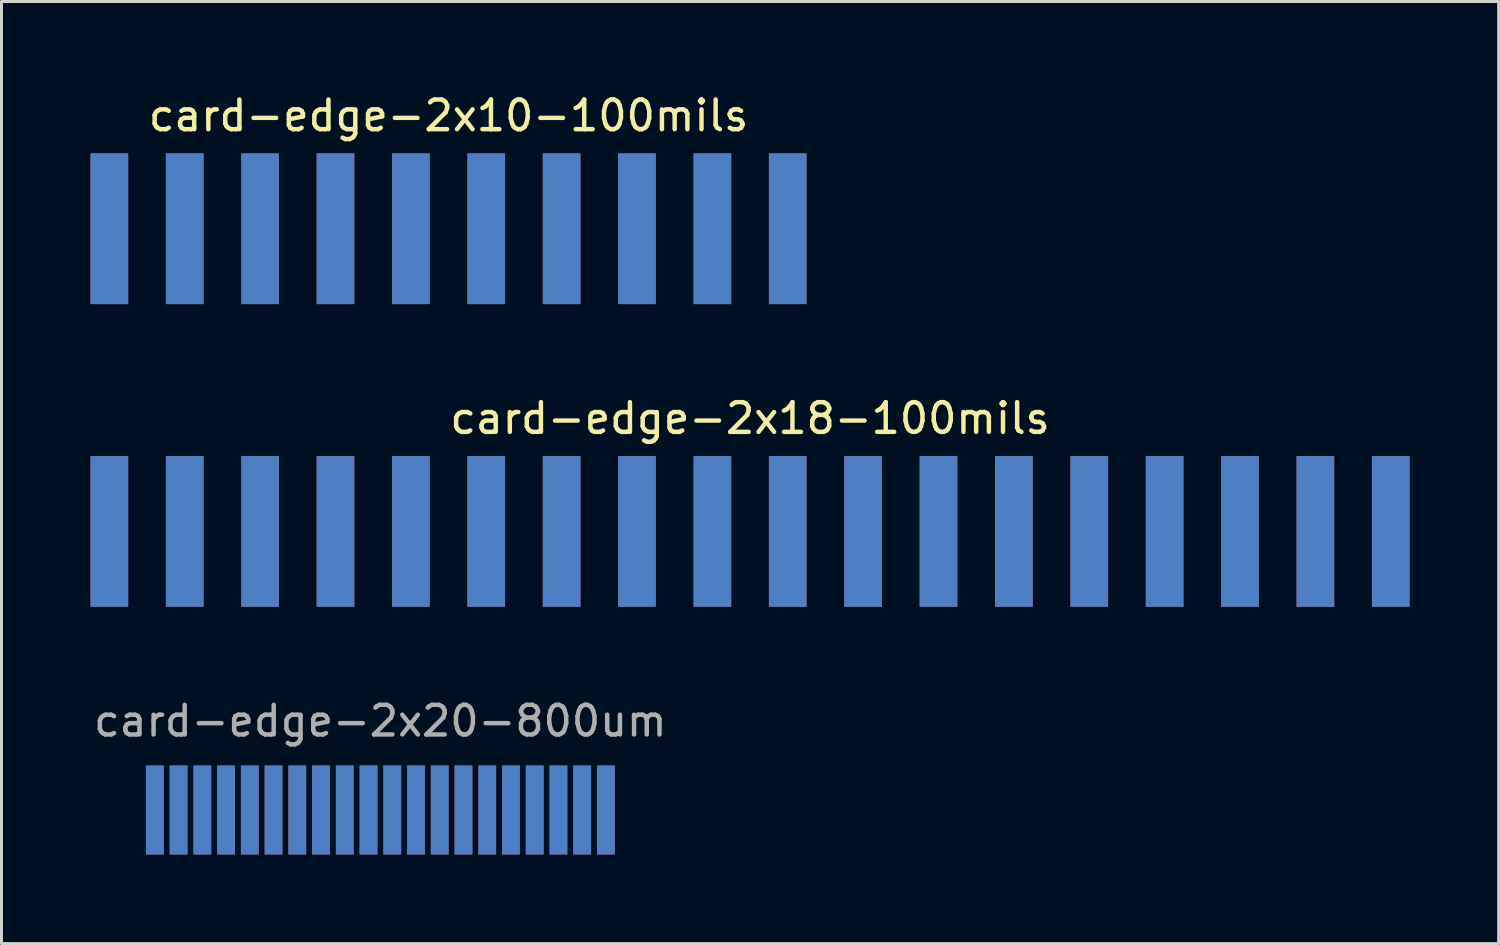
<source format=kicad_pcb>
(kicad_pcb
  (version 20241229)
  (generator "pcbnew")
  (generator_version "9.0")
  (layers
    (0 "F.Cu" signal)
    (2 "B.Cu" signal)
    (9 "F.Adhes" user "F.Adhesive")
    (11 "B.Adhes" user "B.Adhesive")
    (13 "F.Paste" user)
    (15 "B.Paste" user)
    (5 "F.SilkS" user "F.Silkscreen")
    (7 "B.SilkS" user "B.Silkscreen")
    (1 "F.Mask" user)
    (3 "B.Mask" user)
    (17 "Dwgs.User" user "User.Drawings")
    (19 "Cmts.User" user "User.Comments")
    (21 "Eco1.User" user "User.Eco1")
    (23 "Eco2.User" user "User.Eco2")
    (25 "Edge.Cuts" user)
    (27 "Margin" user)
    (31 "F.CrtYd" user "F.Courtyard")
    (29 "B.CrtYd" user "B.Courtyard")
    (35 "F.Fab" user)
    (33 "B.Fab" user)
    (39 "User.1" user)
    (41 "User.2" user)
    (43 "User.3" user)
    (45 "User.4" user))
  (footprint "card-edge-2x10-100mils"
    (layer "F.Cu")
    (at 12.065 4.658)
    (property "Reference" "card-edge-2x10-100mils" (at 0 -3.81 0) (layer "F.SilkS") (effects (font (size 1 1) (thickness 0.15))))
    (attr through_hole)
    (pad "1" smd rect (at -11.43 0) (size 1.27 5.08) (layers "F.Cu" "F.Mask" "F.Paste"))
    (pad "2" smd rect (at -11.43 0) (size 1.27 5.08) (layers "B.Cu" "B.Mask" "B.Paste"))
    (pad "3" smd rect (at -8.89 0) (size 1.27 5.08) (layers "F.Cu" "F.Mask" "F.Paste"))
    (pad "4" smd rect (at -8.89 0) (size 1.27 5.08) (layers "B.Cu" "B.Mask" "B.Paste"))
    (pad "5" smd rect (at -6.35 0) (size 1.27 5.08) (layers "F.Cu" "F.Mask" "F.Paste"))
    (pad "6" smd rect (at -6.35 0) (size 1.27 5.08) (layers "B.Cu" "B.Mask" "B.Paste"))
    (pad "7" smd rect (at -3.81 0) (size 1.27 5.08) (layers "F.Cu" "F.Mask" "F.Paste"))
    (pad "8" smd rect (at -3.81 0) (size 1.27 5.08) (layers "B.Cu" "B.Mask" "B.Paste"))
    (pad "9" smd rect (at -1.27 0) (size 1.27 5.08) (layers "F.Cu" "F.Mask" "F.Paste"))
    (pad "10" smd rect (at -1.27 0) (size 1.27 5.08) (layers "B.Cu" "B.Mask" "B.Paste"))
    (pad "11" smd rect (at 1.27 0) (size 1.27 5.08) (layers "F.Cu" "F.Mask" "F.Paste"))
    (pad "12" smd rect (at 1.27 0) (size 1.27 5.08) (layers "B.Cu" "B.Mask" "B.Paste"))
    (pad "13" smd rect (at 3.81 0) (size 1.27 5.08) (layers "F.Cu" "F.Mask" "F.Paste"))
    (pad "14" smd rect (at 3.81 0) (size 1.27 5.08) (layers "B.Cu" "B.Mask" "B.Paste"))
    (pad "15" smd rect (at 6.35 0) (size 1.27 5.08) (layers "F.Cu" "F.Mask" "F.Paste"))
    (pad "16" smd rect (at 6.35 0) (size 1.27 5.08) (layers "B.Cu" "B.Mask" "B.Paste"))
    (pad "17" smd rect (at 8.89 0) (size 1.27 5.08) (layers "F.Cu" "F.Mask" "F.Paste"))
    (pad "18" smd rect (at 8.89 0) (size 1.27 5.08) (layers "B.Cu" "B.Mask" "B.Paste"))
    (pad "19" smd rect (at 11.43 0) (size 1.27 5.08) (layers "F.Cu" "F.Mask" "F.Paste"))
    (pad "20" smd rect (at 11.43 0) (size 1.27 5.08) (layers "B.Cu" "B.Mask" "B.Paste")))
  (footprint "card-edge-2x18-100mils"
    (layer "F.Cu")
    (at 22.225 14.857)
    (property "Reference" "card-edge-2x18-100mils" (at 0 -3.81 0) (layer "F.SilkS") (effects (font (size 1 1) (thickness 0.15))))
    (attr through_hole)
    (pad "1" smd rect (at -21.59 0) (size 1.27 5.08) (layers "F.Cu" "F.Mask" "F.Paste"))
    (pad "2" smd rect (at -21.59 0) (size 1.27 5.08) (layers "B.Cu" "B.Mask" "B.Paste"))
    (pad "3" smd rect (at -19.05 0) (size 1.27 5.08) (layers "F.Cu" "F.Mask" "F.Paste"))
    (pad "4" smd rect (at -19.05 0) (size 1.27 5.08) (layers "B.Cu" "B.Mask" "B.Paste"))
    (pad "5" smd rect (at -16.51 0) (size 1.27 5.08) (layers "F.Cu" "F.Mask" "F.Paste"))
    (pad "6" smd rect (at -16.51 0) (size 1.27 5.08) (layers "B.Cu" "B.Mask" "B.Paste"))
    (pad "7" smd rect (at -13.97 0) (size 1.27 5.08) (layers "F.Cu" "F.Mask" "F.Paste"))
    (pad "8" smd rect (at -13.97 0) (size 1.27 5.08) (layers "B.Cu" "B.Mask" "B.Paste"))
    (pad "9" smd rect (at -11.43 0) (size 1.27 5.08) (layers "F.Cu" "F.Mask" "F.Paste"))
    (pad "10" smd rect (at -11.43 0) (size 1.27 5.08) (layers "B.Cu" "B.Mask" "B.Paste"))
    (pad "11" smd rect (at -8.89 0) (size 1.27 5.08) (layers "F.Cu" "F.Mask" "F.Paste"))
    (pad "12" smd rect (at -8.89 0) (size 1.27 5.08) (layers "B.Cu" "B.Mask" "B.Paste"))
    (pad "13" smd rect (at -6.35 0) (size 1.27 5.08) (layers "F.Cu" "F.Mask" "F.Paste"))
    (pad "14" smd rect (at -6.35 0) (size 1.27 5.08) (layers "B.Cu" "B.Mask" "B.Paste"))
    (pad "15" smd rect (at -3.81 0) (size 1.27 5.08) (layers "F.Cu" "F.Mask" "F.Paste"))
    (pad "16" smd rect (at -3.81 0) (size 1.27 5.08) (layers "B.Cu" "B.Mask" "B.Paste"))
    (pad "17" smd rect (at -1.27 0) (size 1.27 5.08) (layers "F.Cu" "F.Mask" "F.Paste"))
    (pad "18" smd rect (at -1.27 0) (size 1.27 5.08) (layers "B.Cu" "B.Mask" "B.Paste"))
    (pad "19" smd rect (at 1.27 0) (size 1.27 5.08) (layers "F.Cu" "F.Mask" "F.Paste"))
    (pad "20" smd rect (at 1.27 0) (size 1.27 5.08) (layers "B.Cu" "B.Mask" "B.Paste"))
    (pad "21" smd rect (at 3.81 0) (size 1.27 5.08) (layers "F.Cu" "F.Mask" "F.Paste"))
    (pad "22" smd rect (at 3.81 0) (size 1.27 5.08) (layers "B.Cu" "B.Mask" "B.Paste"))
    (pad "23" smd rect (at 6.35 0) (size 1.27 5.08) (layers "F.Cu" "F.Mask" "F.Paste"))
    (pad "24" smd rect (at 6.35 0) (size 1.27 5.08) (layers "B.Cu" "B.Mask" "B.Paste"))
    (pad "25" smd rect (at 8.89 0) (size 1.27 5.08) (layers "F.Cu" "F.Mask" "F.Paste"))
    (pad "26" smd rect (at 8.89 0) (size 1.27 5.08) (layers "B.Cu" "B.Mask" "B.Paste"))
    (pad "27" smd rect (at 11.43 0) (size 1.27 5.08) (layers "F.Cu" "F.Mask" "F.Paste"))
    (pad "28" smd rect (at 11.43 0) (size 1.27 5.08) (layers "B.Cu" "B.Mask" "B.Paste"))
    (pad "29" smd rect (at 13.97 0) (size 1.27 5.08) (layers "F.Cu" "F.Mask" "F.Paste"))
    (pad "30" smd rect (at 13.97 0) (size 1.27 5.08) (layers "B.Cu" "B.Mask" "B.Paste"))
    (pad "31" smd rect (at 16.51 0) (size 1.27 5.08) (layers "F.Cu" "F.Mask" "F.Paste"))
    (pad "32" smd rect (at 16.51 0) (size 1.27 5.08) (layers "B.Cu" "B.Mask" "B.Paste"))
    (pad "33" smd rect (at 19.05 0) (size 1.27 5.08) (layers "F.Cu" "F.Mask" "F.Paste"))
    (pad "34" smd rect (at 19.05 0) (size 1.27 5.08) (layers "B.Cu" "B.Mask" "B.Paste"))
    (pad "35" smd rect (at 21.59 0) (size 1.27 5.08) (layers "F.Cu" "F.Mask" "F.Paste"))
    (pad "36" smd rect (at 21.59 0) (size 1.27 5.08) (layers "B.Cu" "B.Mask" "B.Paste")))
  (footprint "card-edge-2x20-800um"
    (layer "F.Cu")
    (at 9.768 24.245)
    (property "Reference" "card-edge-2x20-800um" (at 0 -3 0) (layer "F.Fab") (effects (font (size 1 1) (thickness 0.15))))
    (attr through_hole)
    (pad "1" connect rect (at -7.6 0) (size 0.6 3) (layers "F.Cu" "F.Mask"))
    (pad "2" connect rect (at -7.6 0) (size 0.6 3) (layers "B.Cu" "B.Mask"))
    (pad "3" connect rect (at -6.8 0) (size 0.6 3) (layers "F.Cu" "F.Mask"))
    (pad "4" connect rect (at -6.8 0) (size 0.6 3) (layers "B.Cu" "B.Mask"))
    (pad "5" connect rect (at -6 0) (size 0.6 3) (layers "F.Cu" "F.Mask"))
    (pad "6" connect rect (at -6 0) (size 0.6 3) (layers "B.Cu" "B.Mask"))
    (pad "7" connect rect (at -5.2 0) (size 0.6 3) (layers "F.Cu" "F.Mask"))
    (pad "8" connect rect (at -5.2 0) (size 0.6 3) (layers "B.Cu" "B.Mask"))
    (pad "9" connect rect (at -4.4 0) (size 0.6 3) (layers "F.Cu" "F.Mask"))
    (pad "10" connect rect (at -4.4 0) (size 0.6 3) (layers "B.Cu" "B.Mask"))
    (pad "11" connect rect (at -3.6 0) (size 0.6 3) (layers "F.Cu" "F.Mask"))
    (pad "12" connect rect (at -3.6 0) (size 0.6 3) (layers "B.Cu" "B.Mask"))
    (pad "13" connect rect (at -2.8 0) (size 0.6 3) (layers "F.Cu" "F.Mask"))
    (pad "14" connect rect (at -2.8 0) (size 0.6 3) (layers "B.Cu" "B.Mask"))
    (pad "15" connect rect (at -2 0) (size 0.6 3) (layers "F.Cu" "F.Mask"))
    (pad "16" connect rect (at -2 0) (size 0.6 3) (layers "B.Cu" "B.Mask"))
    (pad "17" connect rect (at -1.2 0) (size 0.6 3) (layers "F.Cu" "F.Mask"))
    (pad "18" connect rect (at -1.2 0) (size 0.6 3) (layers "B.Cu" "B.Mask"))
    (pad "19" connect rect (at -0.4 0) (size 0.6 3) (layers "F.Cu" "F.Mask"))
    (pad "20" connect rect (at -0.4 0) (size 0.6 3) (layers "B.Cu" "B.Mask"))
    (pad "21" connect rect (at 0.4 0) (size 0.6 3) (layers "F.Cu" "F.Mask"))
    (pad "22" connect rect (at 0.4 0) (size 0.6 3) (layers "B.Cu" "B.Mask"))
    (pad "23" connect rect (at 1.2 0) (size 0.6 3) (layers "F.Cu" "F.Mask"))
    (pad "24" connect rect (at 1.2 0) (size 0.6 3) (layers "B.Cu" "B.Mask"))
    (pad "25" connect rect (at 2 0) (size 0.6 3) (layers "F.Cu" "F.Mask"))
    (pad "26" connect rect (at 2 0) (size 0.6 3) (layers "B.Cu" "B.Mask"))
    (pad "27" connect rect (at 2.8 0) (size 0.6 3) (layers "F.Cu" "F.Mask"))
    (pad "28" connect rect (at 2.8 0) (size 0.6 3) (layers "B.Cu" "B.Mask"))
    (pad "29" connect rect (at 3.6 0) (size 0.6 3) (layers "F.Cu" "F.Mask"))
    (pad "30" connect rect (at 3.6 0) (size 0.6 3) (layers "B.Cu" "B.Mask"))
    (pad "31" connect rect (at 4.4 0) (size 0.6 3) (layers "F.Cu" "F.Mask"))
    (pad "32" connect rect (at 4.4 0) (size 0.6 3) (layers "B.Cu" "B.Mask"))
    (pad "33" connect rect (at 5.2 0) (size 0.6 3) (layers "F.Cu" "F.Mask"))
    (pad "34" connect rect (at 5.2 0) (size 0.6 3) (layers "B.Cu" "B.Mask"))
    (pad "35" connect rect (at 6 0) (size 0.6 3) (layers "F.Cu" "F.Mask"))
    (pad "36" connect rect (at 6 0) (size 0.6 3) (layers "B.Cu" "B.Mask"))
    (pad "37" connect rect (at 6.8 0) (size 0.6 3) (layers "F.Cu" "F.Mask"))
    (pad "38" connect rect (at 6.8 0) (size 0.6 3) (layers "B.Cu" "B.Mask"))
    (pad "39" connect rect (at 7.6 0) (size 0.6 3) (layers "F.Cu" "F.Mask"))
    (pad "40" connect rect (at 7.6 0) (size 0.6 3) (layers "B.Cu" "B.Mask")))
  (gr_rect
    (start -3 -3)
    (end 47.45 28.745)
    (stroke (width 0.1) (type default))
    (fill no)
    (layer "Edge.Cuts")))
</source>
